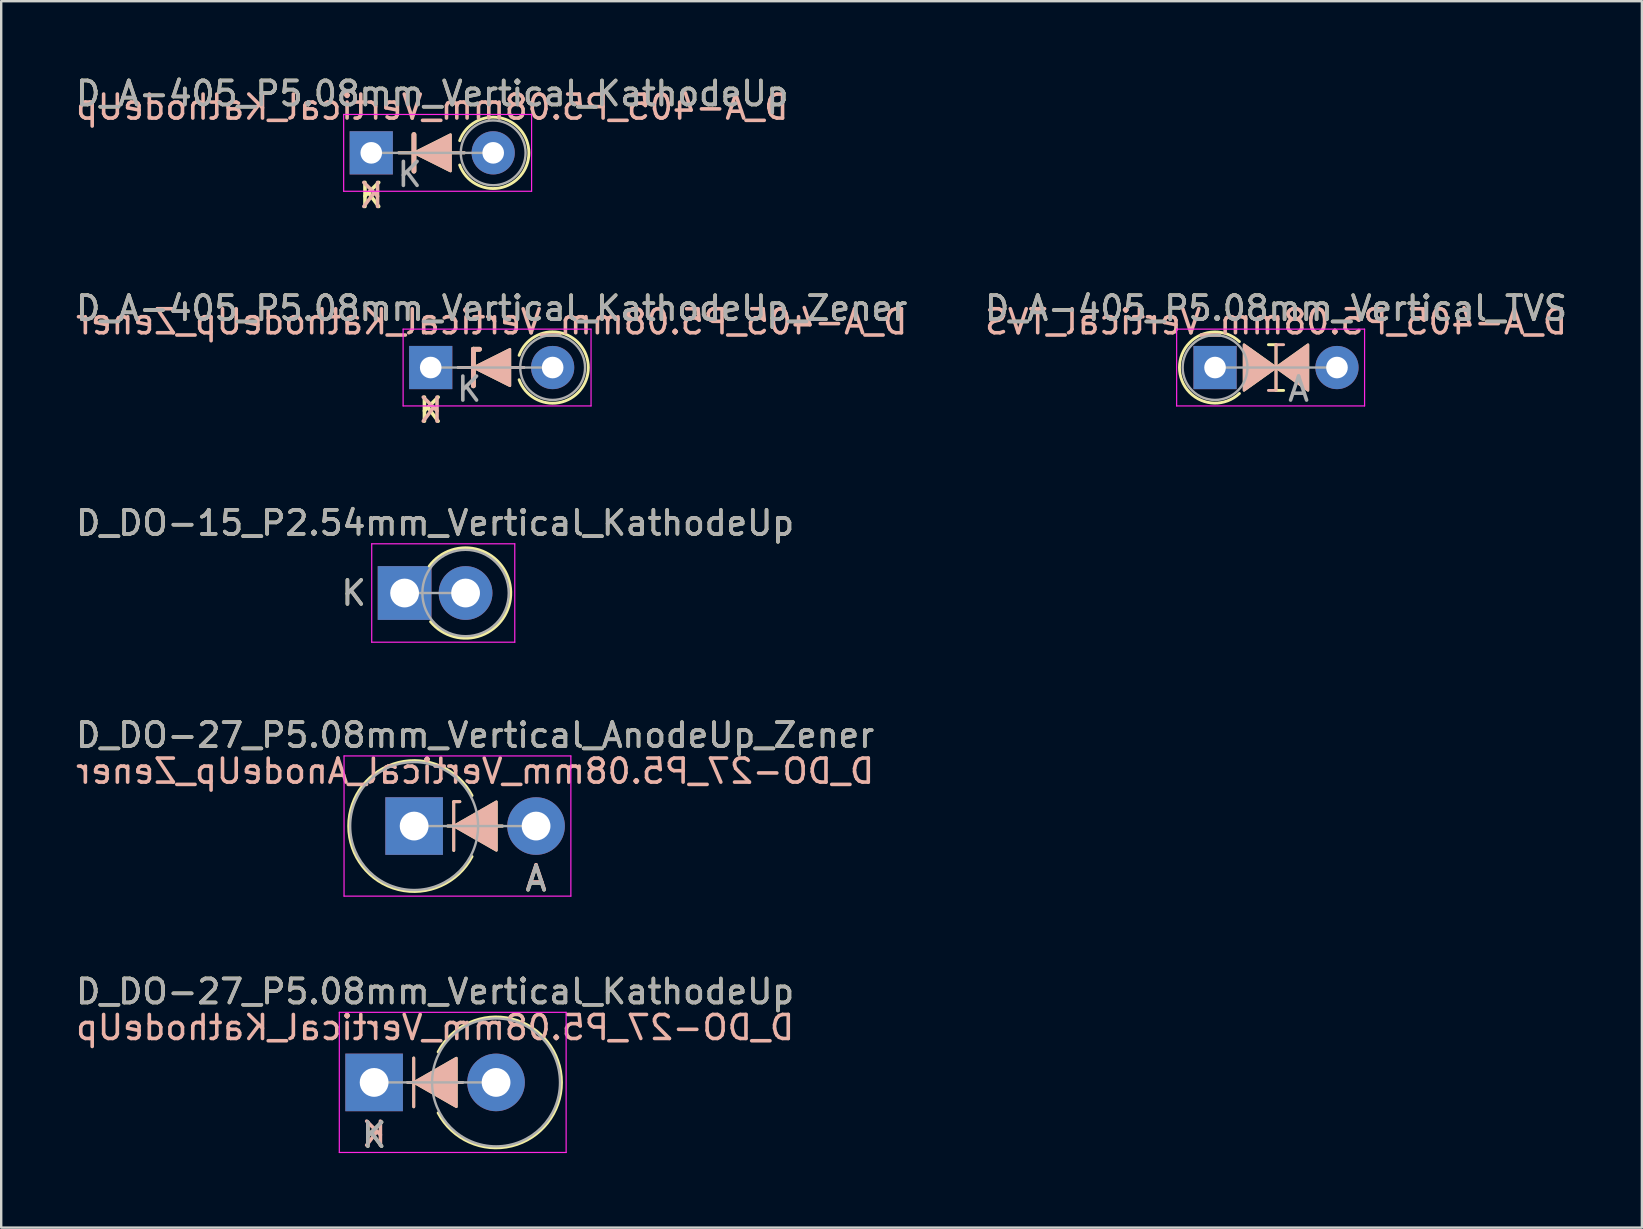
<source format=kicad_pcb>
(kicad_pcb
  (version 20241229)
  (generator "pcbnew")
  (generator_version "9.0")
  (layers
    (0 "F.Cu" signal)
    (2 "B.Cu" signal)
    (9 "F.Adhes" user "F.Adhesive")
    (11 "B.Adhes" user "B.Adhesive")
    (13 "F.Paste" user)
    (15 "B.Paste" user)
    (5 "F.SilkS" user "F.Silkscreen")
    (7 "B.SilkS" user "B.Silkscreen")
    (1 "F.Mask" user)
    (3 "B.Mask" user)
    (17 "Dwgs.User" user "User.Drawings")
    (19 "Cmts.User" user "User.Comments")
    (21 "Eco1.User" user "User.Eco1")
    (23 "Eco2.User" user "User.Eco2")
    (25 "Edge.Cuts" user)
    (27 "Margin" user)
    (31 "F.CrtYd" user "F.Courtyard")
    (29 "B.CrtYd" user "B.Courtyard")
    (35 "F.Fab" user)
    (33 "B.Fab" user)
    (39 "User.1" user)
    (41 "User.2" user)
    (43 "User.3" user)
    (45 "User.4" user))
  (footprint "D_A-405_P5.08mm_Vertical_TVS"
    (layer "F.Cu")
    (at 47.573 12.263)
    (property "Reference" "D_A-405_P5.08mm_Vertical_TVS" (at 2.54 -2.47 0) (layer "F.SilkS") (effects (font (size 1 1) (thickness 0.15))))
    (fp_line (start 2.223 -0.953) (end 2.54 -0.953) (stroke (width 0.12) (type solid)) (layer "F.SilkS"))
    (fp_line (start 2.54 -0.953) (end 2.54 0.953) (stroke (width 0.12) (type solid)) (layer "F.SilkS"))
    (fp_line (start 2.54 0.953) (end 2.857 0.953) (stroke (width 0.12) (type solid)) (layer "F.SilkS"))
    (fp_arc (start 1.016 1.0795) (mid -1.482422 0) (end 1.016 -1.0795) (stroke (width 0.12) (type solid)) (layer "F.SilkS"))
    (fp_poly (pts (xy 1.206 -0.953) (xy 2.54 0) (xy 1.206 0.953)) (stroke (width 0.1) (type solid)) (fill yes) (layer "F.SilkS"))
    (fp_poly (pts (xy 3.873 0.953) (xy 2.54 0) (xy 3.873 -0.953)) (stroke (width 0.1) (type solid)) (fill yes) (layer "F.SilkS"))
    (fp_line (start 2.223 0.953) (end 2.54 0.953) (stroke (width 0.12) (type solid)) (layer "B.SilkS"))
    (fp_line (start 2.54 -0.953) (end 2.857 -0.953) (stroke (width 0.12) (type solid)) (layer "B.SilkS"))
    (fp_line (start 2.54 0.953) (end 2.54 -0.953) (stroke (width 0.12) (type solid)) (layer "B.SilkS"))
    (fp_poly (pts (xy 1.206 0.953) (xy 2.54 0) (xy 1.206 -0.953)) (stroke (width 0.1) (type solid)) (fill yes) (layer "B.SilkS"))
    (fp_poly (pts (xy 3.873 -0.953) (xy 2.54 0) (xy 3.873 0.953)) (stroke (width 0.1) (type solid)) (fill yes) (layer "B.SilkS"))
    (fp_line (start -1.6 -1.6) (end -1.6 1.6) (stroke (width 0.05) (type solid)) (layer "F.CrtYd"))
    (fp_line (start -1.6 1.6) (end 6.23 1.6) (stroke (width 0.05) (type solid)) (layer "F.CrtYd"))
    (fp_line (start 6.23 -1.6) (end -1.6 -1.6) (stroke (width 0.05) (type solid)) (layer "F.CrtYd"))
    (fp_line (start 6.23 1.6) (end 6.23 -1.6) (stroke (width 0.05) (type solid)) (layer "F.CrtYd"))
    (fp_line (start 0 0) (end 5.08 0) (stroke (width 0.1) (type solid)) (layer "F.Fab"))
    (fp_circle (center 0 0) (end 1.35 0) (stroke (width 0.1) (type solid)) (fill no) (layer "F.Fab"))
    (fp_text user "${REFERENCE}" (at 2.54 -1.905 0) (layer "B.SilkS") (effects (font (size 1 1) (thickness 0.15)) (justify mirror)))
    (fp_text user "${REFERENCE}" (at 2.54 -2.47 0) (layer "F.Fab") (effects (font (size 1 1) (thickness 0.15))))
    (fp_text user "A" (at 3.48 0.9 0) (layer "F.Fab") (effects (font (size 1 1) (thickness 0.15))))
    (pad "1" thru_hole rect (at 0 0) (size 1.8 1.8) (drill 0.9) (layers "*.Cu" "*.Mask"))
    (pad "2" thru_hole oval (at 5.08 0) (size 1.8 1.8) (drill 0.9) (layers "*.Cu" "*.Mask")))
  (footprint "D_DO-15_P2.54mm_Vertical_KathodeUp"
    (layer "F.Cu")
    (at 13.807 21.657)
    (property "Reference" "D_DO-15_P2.54mm_Vertical_KathodeUp" (at 1.27 -2.92 0) (layer "F.SilkS") (effects (font (size 1 1) (thickness 0.15))))
    (attr through_hole)
    (fp_arc (start 1.025404 -1.12) (mid 4.423124 -0.047368) (end 1.083629 1.194732) (stroke (width 0.12) (type solid)) (layer "F.SilkS"))
    (fp_line (start -1.37 -2.05) (end -1.37 2.05) (stroke (width 0.05) (type solid)) (layer "F.CrtYd"))
    (fp_line (start -1.37 2.05) (end 4.59 2.05) (stroke (width 0.05) (type solid)) (layer "F.CrtYd"))
    (fp_line (start 4.59 -2.05) (end -1.37 -2.05) (stroke (width 0.05) (type solid)) (layer "F.CrtYd"))
    (fp_line (start 4.59 2.05) (end 4.59 -2.05) (stroke (width 0.05) (type solid)) (layer "F.CrtYd"))
    (fp_line (start 0 0) (end 2.54 0) (stroke (width 0.1) (type solid)) (layer "F.Fab"))
    (fp_circle (center 2.54 0) (end 4.34 0) (stroke (width 0.1) (type solid)) (fill no) (layer "F.Fab"))
    (fp_text user "K" (at -2.12 0 0) (layer "F.SilkS") (effects (font (size 1 1) (thickness 0.15))))
    (fp_text user "${REFERENCE}" (at 1.27 -2.92 0) (layer "F.Fab") (effects (font (size 1 1) (thickness 0.15))))
    (fp_text user "K" (at -2.12 0 0) (layer "F.Fab") (effects (font (size 1 1) (thickness 0.15))))
    (pad "1" thru_hole rect (at 0 0) (size 2.24 2.24) (drill 1.2) (layers "*.Cu" "*.Mask"))
    (pad "2" thru_hole oval (at 2.54 0) (size 2.24 2.24) (drill 1.2) (layers "*.Cu" "*.Mask")))
  (footprint "D_DO-27_P5.08mm_Vertical_AnodeUp_Zener"
    (layer "F.Cu")
    (at 14.204 31.366)
    (property "Reference" "D_DO-27_P5.08mm_Vertical_AnodeUp_Zener" (at 2.54 -3.785 0) (layer "F.SilkS") (effects (font (size 1 1) (thickness 0.15))))
    (fp_line (start 1.397 0) (end 3.683 0) (stroke (width 0.12) (type solid)) (layer "F.SilkS"))
    (fp_line (start 1.651 -1.016) (end 1.651 1.016) (stroke (width 0.12) (type solid)) (layer "F.SilkS"))
    (fp_line (start 1.651 -1.016) (end 1.905 -1.016) (stroke (width 0.12) (type solid)) (layer "F.SilkS"))
    (fp_arc (start 2.412999 1.27) (mid -2.726805 0) (end 2.412999 -1.269999) (stroke (width 0.12) (type solid)) (layer "F.SilkS"))
    (fp_poly (pts (xy 3.429 1.016) (xy 1.651 0) (xy 3.429 -1.016)) (stroke (width 0.1) (type solid)) (fill yes) (layer "F.SilkS"))
    (fp_line (start 1.397 0) (end 3.683 0) (stroke (width 0.12) (type solid)) (layer "B.SilkS"))
    (fp_line (start 1.651 -1.016) (end 1.905 -1.016) (stroke (width 0.12) (type solid)) (layer "B.SilkS"))
    (fp_line (start 1.651 1.016) (end 1.651 -1.016) (stroke (width 0.12) (type solid)) (layer "B.SilkS"))
    (fp_poly (pts (xy 3.429 -1.016) (xy 1.651 0) (xy 3.429 1.016)) (stroke (width 0.1) (type solid)) (fill yes) (layer "B.SilkS"))
    (fp_line (start -2.92 -2.92) (end -2.92 2.92) (stroke (width 0.05) (type solid)) (layer "F.CrtYd"))
    (fp_line (start -2.92 2.92) (end 6.53 2.92) (stroke (width 0.05) (type solid)) (layer "F.CrtYd"))
    (fp_line (start 6.53 -2.92) (end -2.92 -2.92) (stroke (width 0.05) (type solid)) (layer "F.CrtYd"))
    (fp_line (start 6.53 2.92) (end 6.53 -2.92) (stroke (width 0.05) (type solid)) (layer "F.CrtYd"))
    (fp_line (start 0 0) (end 5.08 0) (stroke (width 0.1) (type solid)) (layer "F.Fab"))
    (fp_circle (center 0 0) (end 2.665 0) (stroke (width 0.1) (type solid)) (fill no) (layer "F.Fab"))
    (fp_text user "A" (at 5.08 2.2 0) (layer "F.SilkS") (effects (font (size 1 1) (thickness 0.15))))
    (fp_text user "A" (at 5.08 2.159 0) (layer "B.SilkS") (effects (font (size 1 1) (thickness 0.15)) (justify mirror)))
    (fp_text user "${REFERENCE}" (at 2.54 -2.286 0) (layer "B.SilkS") (effects (font (size 1 1) (thickness 0.15)) (justify mirror)))
    (fp_text user "A" (at 5.08 2.2 0) (layer "F.Fab") (effects (font (size 1 1) (thickness 0.15))))
    (fp_text user "${REFERENCE}" (at 2.54 -3.785 0) (layer "F.Fab") (effects (font (size 1 1) (thickness 0.15))))
    (pad "1" thru_hole rect (at 0 0) (size 2.4 2.4) (drill 1.2) (layers "*.Cu" "*.Mask"))
    (pad "2" thru_hole oval (at 5.08 0) (size 2.4 2.4) (drill 1.2) (layers "*.Cu" "*.Mask")))
  (footprint "D_DO-27_P5.08mm_Vertical_KathodeUp"
    (layer "F.Cu")
    (at 12.537 42.047)
    (property "Reference" "D_DO-27_P5.08mm_Vertical_KathodeUp" (at 2.54 -3.785 0) (layer "F.SilkS") (effects (font (size 1 1) (thickness 0.15))))
    (fp_line (start 1.397 0) (end 3.683 0) (stroke (width 0.12) (type solid)) (layer "F.SilkS"))
    (fp_line (start 1.651 -1.016) (end 1.651 1.016) (stroke (width 0.12) (type solid)) (layer "F.SilkS"))
    (fp_arc (start 2.667001 -1.27) (mid 7.806805 0) (end 2.667001 1.269999) (stroke (width 0.12) (type solid)) (layer "F.SilkS"))
    (fp_poly (pts (xy 3.429 1.016) (xy 1.651 0) (xy 3.429 -1.016)) (stroke (width 0.1) (type solid)) (fill yes) (layer "F.SilkS"))
    (fp_line (start 1.397 0) (end 3.683 0) (stroke (width 0.12) (type solid)) (layer "B.SilkS"))
    (fp_line (start 1.651 1.016) (end 1.651 -1.016) (stroke (width 0.12) (type solid)) (layer "B.SilkS"))
    (fp_poly (pts (xy 3.429 -1.016) (xy 1.651 0) (xy 3.429 1.016)) (stroke (width 0.1) (type solid)) (fill yes) (layer "B.SilkS"))
    (fp_line (start -1.45 -2.92) (end -1.45 2.92) (stroke (width 0.05) (type solid)) (layer "F.CrtYd"))
    (fp_line (start -1.45 2.92) (end 8 2.92) (stroke (width 0.05) (type solid)) (layer "F.CrtYd"))
    (fp_line (start 8 -2.92) (end -1.45 -2.92) (stroke (width 0.05) (type solid)) (layer "F.CrtYd"))
    (fp_line (start 8 2.92) (end 8 -2.92) (stroke (width 0.05) (type solid)) (layer "F.CrtYd"))
    (fp_line (start 0 0) (end 5.08 0) (stroke (width 0.1) (type solid)) (layer "F.Fab"))
    (fp_circle (center 5.08 0) (end 7.745 0) (stroke (width 0.1) (type solid)) (fill no) (layer "F.Fab"))
    (fp_text user "K" (at 0 2.2 0) (layer "F.SilkS") (effects (font (size 1 1) (thickness 0.15))))
    (fp_text user "K" (at 0 2.159 0) (layer "B.SilkS") (effects (font (size 1 1) (thickness 0.15)) (justify mirror)))
    (fp_text user "${REFERENCE}" (at 2.54 -2.286 0) (layer "B.SilkS") (effects (font (size 1 1) (thickness 0.15)) (justify mirror)))
    (fp_text user "K" (at 0 2.2 0) (layer "F.Fab") (effects (font (size 1 1) (thickness 0.15))))
    (fp_text user "${REFERENCE}" (at 2.54 -3.785 0) (layer "F.Fab") (effects (font (size 1 1) (thickness 0.15))))
    (pad "1" thru_hole rect (at 0 0) (size 2.4 2.4) (drill 1.2) (layers "*.Cu" "*.Mask"))
    (pad "2" thru_hole oval (at 5.08 0) (size 2.4 2.4) (drill 1.2) (layers "*.Cu" "*.Mask")))
  (footprint "D_A-405_P5.08mm_Vertical_KathodeUp_Zener"
    (layer "F.Cu")
    (at 14.895 12.263)
    (property "Reference" "D_A-405_P5.08mm_Vertical_KathodeUp_Zener" (at 2.54 -2.47 0) (layer "F.SilkS") (effects (font (size 1 1) (thickness 0.15))))
    (fp_line (start 1.143 0) (end 3.88 0) (stroke (width 0.12) (type solid)) (layer "F.SilkS"))
    (fp_line (start 1.778 -0.762) (end 1.778 0.762) (stroke (width 0.2) (type solid)) (layer "F.SilkS"))
    (fp_line (start 1.778 -0.762) (end 2.032 -0.762) (stroke (width 0.2) (type solid)) (layer "F.SilkS"))
    (fp_arc (start 3.683 -0.507999) (mid 6.566495 0.000001) (end 3.683 0.508) (stroke (width 0.12) (type solid)) (layer "F.SilkS"))
    (fp_poly (pts (xy 3.302 0.762) (xy 1.778 0) (xy 3.302 -0.762)) (stroke (width 0.1) (type solid)) (fill yes) (layer "F.SilkS"))
    (fp_line (start 1.143 0) (end 3.88 0) (stroke (width 0.12) (type solid)) (layer "B.SilkS"))
    (fp_line (start 1.778 -0.762) (end 2.032 -0.762) (stroke (width 0.2) (type solid)) (layer "B.SilkS"))
    (fp_line (start 1.778 0.762) (end 1.778 -0.762) (stroke (width 0.2) (type solid)) (layer "B.SilkS"))
    (fp_poly (pts (xy 3.302 -0.762) (xy 1.778 0) (xy 3.302 0.762)) (stroke (width 0.1) (type solid)) (fill yes) (layer "B.SilkS"))
    (fp_line (start -1.15 -1.6) (end -1.15 1.6) (stroke (width 0.05) (type solid)) (layer "F.CrtYd"))
    (fp_line (start -1.15 1.6) (end 6.68 1.6) (stroke (width 0.05) (type solid)) (layer "F.CrtYd"))
    (fp_line (start 6.68 -1.6) (end -1.15 -1.6) (stroke (width 0.05) (type solid)) (layer "F.CrtYd"))
    (fp_line (start 6.68 1.6) (end 6.68 -1.6) (stroke (width 0.05) (type solid)) (layer "F.CrtYd"))
    (fp_line (start 0 0) (end 5.08 0) (stroke (width 0.1) (type solid)) (layer "F.Fab"))
    (fp_circle (center 5.08 0) (end 6.43 0) (stroke (width 0.1) (type solid)) (fill no) (layer "F.Fab"))
    (fp_text user "K" (at 0 1.778 0) (layer "F.SilkS") (effects (font (size 1 1) (thickness 0.15))))
    (fp_text user "${REFERENCE}" (at 2.54 -1.905 0) (layer "B.SilkS") (effects (font (size 1 1) (thickness 0.15)) (justify mirror)))
    (fp_text user "K" (at 0 1.778 0) (layer "B.SilkS") (effects (font (size 1 1) (thickness 0.15)) (justify mirror)))
    (fp_text user "${REFERENCE}" (at 2.54 -2.47 0) (layer "F.Fab") (effects (font (size 1 1) (thickness 0.15))))
    (fp_text user "K" (at 1.6 0.9 0) (layer "F.Fab") (effects (font (size 1 1) (thickness 0.15))))
    (pad "1" thru_hole rect (at 0 0) (size 1.8 1.8) (drill 0.9) (layers "*.Cu" "*.Mask"))
    (pad "2" thru_hole oval (at 5.08 0) (size 1.8 1.8) (drill 0.9) (layers "*.Cu" "*.Mask")))
  (footprint "D_A-405_P5.08mm_Vertical_KathodeUp"
    (layer "F.Cu")
    (at 12.418 3.318)
    (property "Reference" "D_A-405_P5.08mm_Vertical_KathodeUp" (at 2.54 -2.47 0) (layer "F.SilkS") (effects (font (size 1 1) (thickness 0.15))))
    (fp_line (start 1.143 0) (end 3.88 0) (stroke (width 0.12) (type solid)) (layer "F.SilkS"))
    (fp_line (start 1.778 -0.762) (end 1.778 0.762) (stroke (width 0.2) (type solid)) (layer "F.SilkS"))
    (fp_arc (start 3.683 -0.507999) (mid 6.566495 0.000001) (end 3.683 0.508) (stroke (width 0.12) (type solid)) (layer "F.SilkS"))
    (fp_poly (pts (xy 3.302 0.762) (xy 1.778 0) (xy 3.302 -0.762)) (stroke (width 0.1) (type solid)) (fill yes) (layer "F.SilkS"))
    (fp_line (start 1.143 0) (end 3.88 0) (stroke (width 0.12) (type solid)) (layer "B.SilkS"))
    (fp_line (start 1.778 0.762) (end 1.778 -0.762) (stroke (width 0.2) (type solid)) (layer "B.SilkS"))
    (fp_poly (pts (xy 3.302 -0.762) (xy 1.778 0) (xy 3.302 0.762)) (stroke (width 0.1) (type solid)) (fill yes) (layer "B.SilkS"))
    (fp_line (start -1.15 -1.6) (end -1.15 1.6) (stroke (width 0.05) (type solid)) (layer "F.CrtYd"))
    (fp_line (start -1.15 1.6) (end 6.68 1.6) (stroke (width 0.05) (type solid)) (layer "F.CrtYd"))
    (fp_line (start 6.68 -1.6) (end -1.15 -1.6) (stroke (width 0.05) (type solid)) (layer "F.CrtYd"))
    (fp_line (start 6.68 1.6) (end 6.68 -1.6) (stroke (width 0.05) (type solid)) (layer "F.CrtYd"))
    (fp_line (start 0 0) (end 5.08 0) (stroke (width 0.1) (type solid)) (layer "F.Fab"))
    (fp_circle (center 5.08 0) (end 6.43 0) (stroke (width 0.1) (type solid)) (fill no) (layer "F.Fab"))
    (fp_text user "K" (at 0 1.778 0) (layer "F.SilkS") (effects (font (size 1 1) (thickness 0.15))))
    (fp_text user "K" (at 0 1.778 0) (layer "B.SilkS") (effects (font (size 1 1) (thickness 0.15)) (justify mirror)))
    (fp_text user "${REFERENCE}" (at 2.54 -1.905 0) (layer "B.SilkS") (effects (font (size 1 1) (thickness 0.15)) (justify mirror)))
    (fp_text user "K" (at 1.6 0.9 0) (layer "F.Fab") (effects (font (size 1 1) (thickness 0.15))))
    (fp_text user "${REFERENCE}" (at 2.54 -2.47 0) (layer "F.Fab") (effects (font (size 1 1) (thickness 0.15))))
    (pad "1" thru_hole rect (at 0 0) (size 1.8 1.8) (drill 0.9) (layers "*.Cu" "*.Mask"))
    (pad "2" thru_hole oval (at 5.08 0) (size 1.8 1.8) (drill 0.9) (layers "*.Cu" "*.Mask")))
  (gr_rect
    (start -3 -3)
    (end 65.357 48.095)
    (stroke (width 0.1) (type default))
    (fill no)
    (layer "Edge.Cuts")))
</source>
